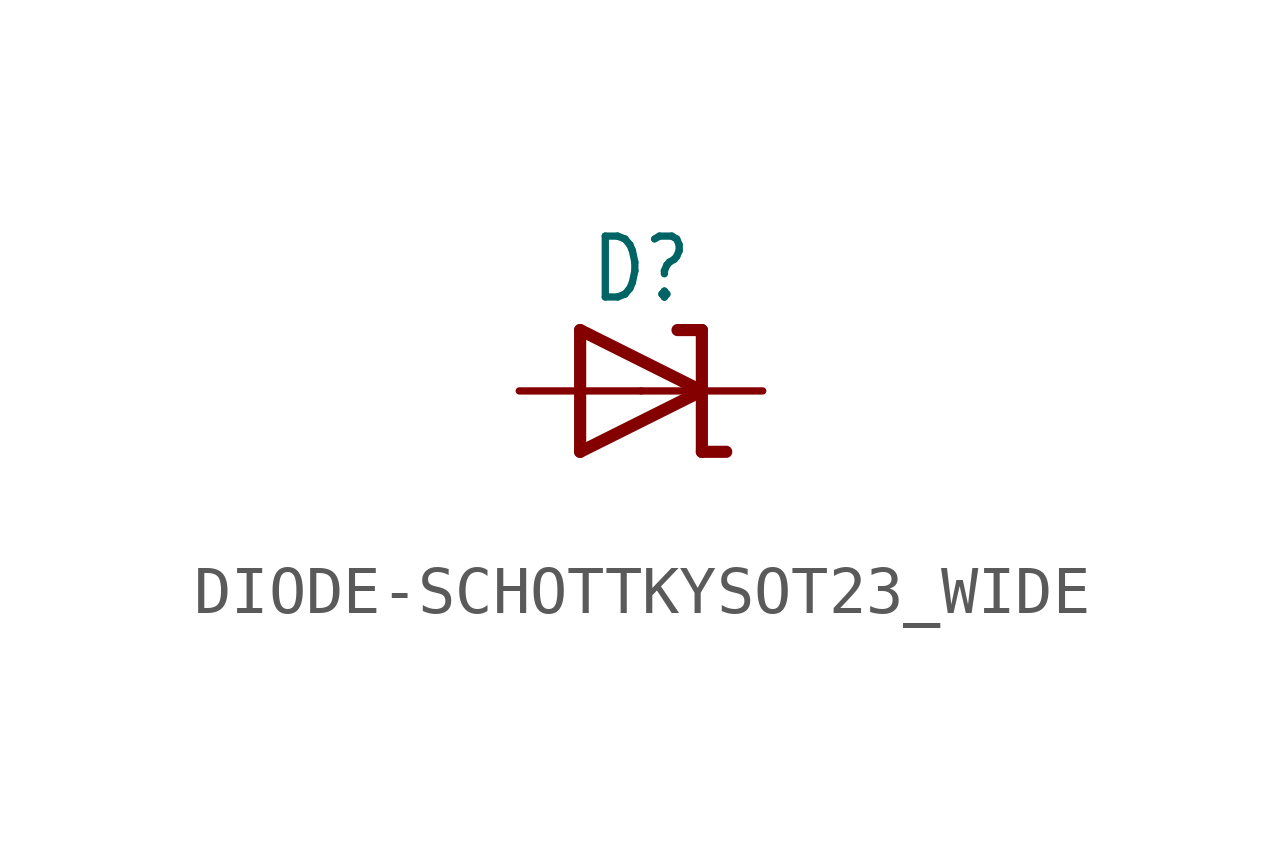
<source format=kicad_sym>
(kicad_symbol_lib
  (version 20231120)
  (generator "kicad_symbol_editor")
  (generator_version "8.0")
  (symbol "DIODE-SCHOTTKYSOT23_WIDE"
    (property "Reference" "D"
      (at 0 2.54 0)
      (effects (font (size 1.27 1.079))))
    (property "Value" ""
      (at 0 -2.5 0)
      (effects (font (size 1.27 1.079))))
    (property "ki_locked" ""
      (at 0 0 0)
      (effects (font (size 1.27 1.27))))
    (symbol "DIODE-SCHOTTKYSOT23_WIDE_1_0"
      (polyline (pts (xy -1.27 -1.27) (xy 1.27 0)) (stroke (width 0.254) (type solid)) (fill (type none)))
      (polyline (pts (xy -1.27 1.27) (xy -1.27 -1.27)) (stroke (width 0.254) (type solid)) (fill (type none)))
      (polyline (pts (xy 1.27 -1.27) (xy 1.778 -1.27)) (stroke (width 0.254) (type solid)) (fill (type none)))
      (polyline (pts (xy 1.27 0) (xy -1.27 1.27)) (stroke (width 0.254) (type solid)) (fill (type none)))
      (polyline (pts (xy 1.27 0) (xy 1.27 -1.27)) (stroke (width 0.254) (type solid)) (fill (type none)))
      (polyline (pts (xy 1.27 1.27) (xy 0.762 1.27)) (stroke (width 0.254) (type solid)) (fill (type none)))
      (polyline (pts (xy 1.27 1.27) (xy 1.27 0)) (stroke (width 0.254) (type solid)) (fill (type none)))
      (pin passive line (at -2.54 0 0) (length 2.54) (name "A" (effects (font (size 0 0)))) (number "1" (effects (font (size 0 0)))))
      (pin passive line (at 2.54 0 180) (length 2.54) (name "C" (effects (font (size 0 0)))) (number "3" (effects (font (size 0 0))))))))
</source>
